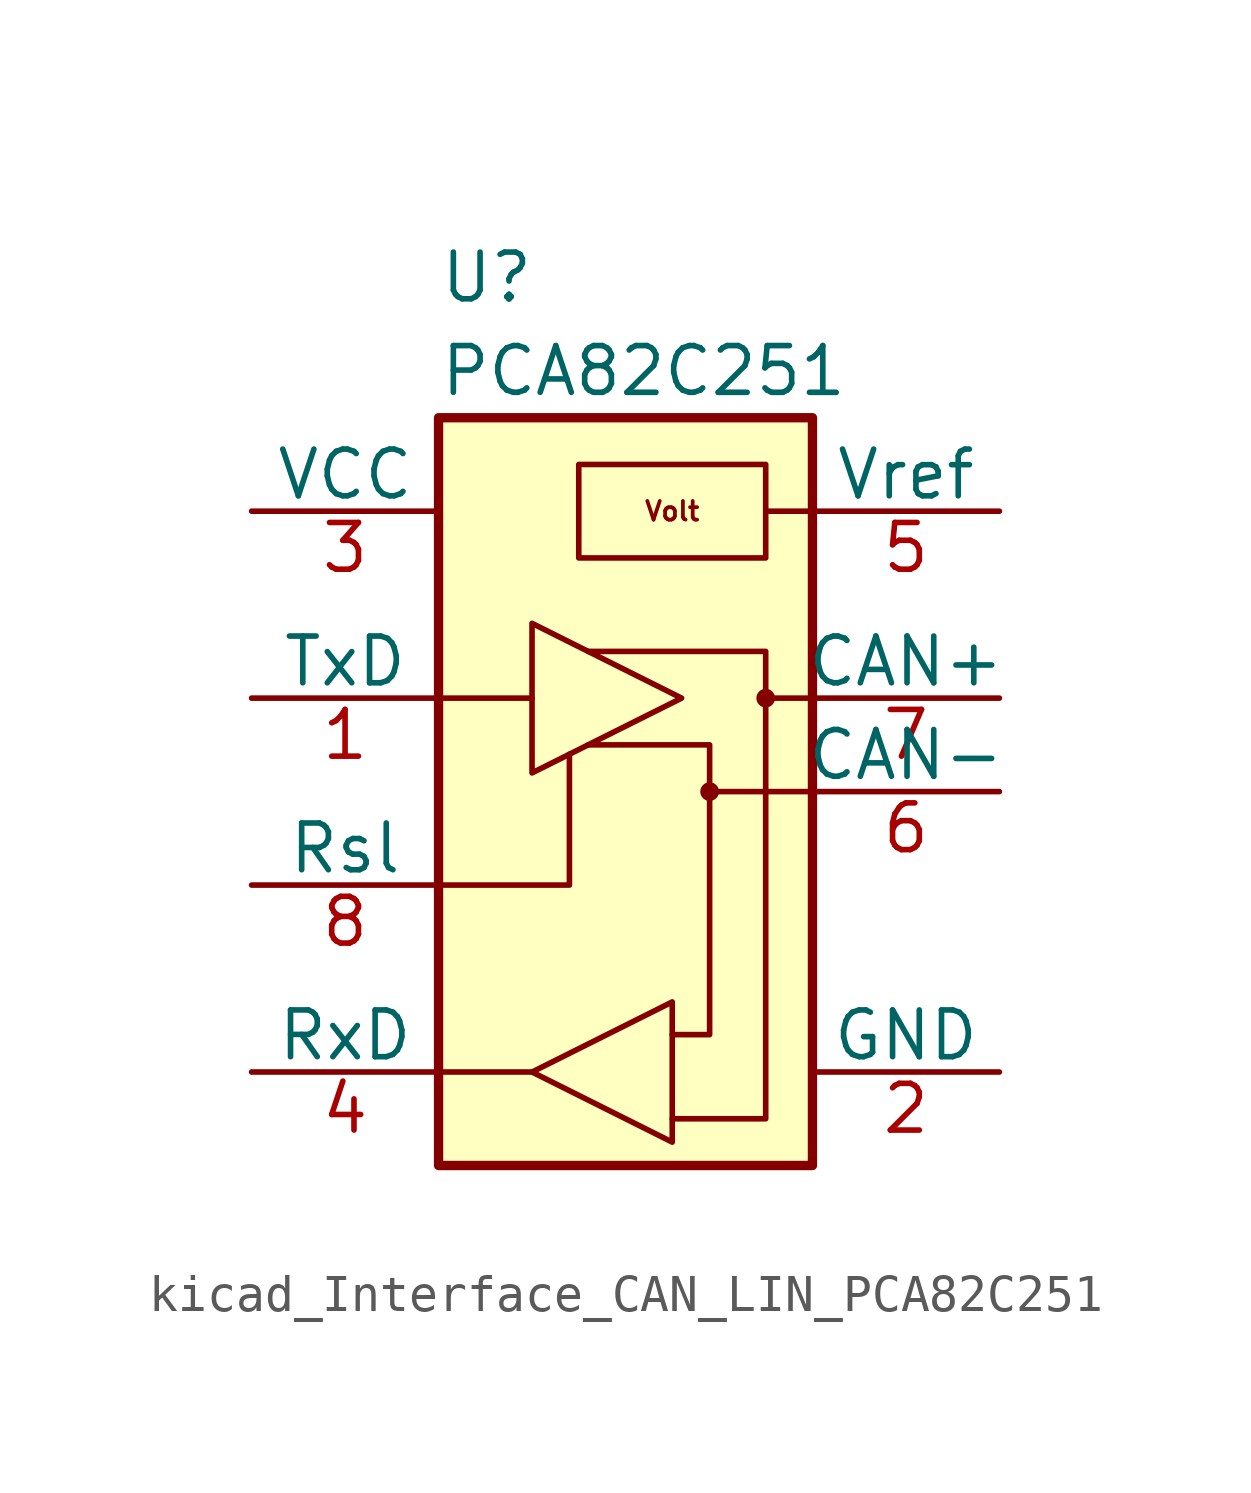
<source format=kicad_sym>
(kicad_symbol_lib
  (version 20220914)
  (generator kicad_symbol_editor)
  (symbol "kicad_Interface_CAN_LIN_PCA82C251"
    (pin_names
      (offset 0))
    (property "Reference" "U"
      (at -5.08 13.97 0)
      (effects (font (size 1.27 1.27)) (justify left)))
    (property "Value" "PCA82C251"
      (at -5.08 11.43 0)
      (effects (font (size 1.27 1.27)) (justify left)))
    (symbol "kicad_Interface_CAN_LIN_PCA82C251_0_1"
      (rectangle (start -5.08 10.16) (end 5.08 -10.16) (stroke (width 0.254) (type default)) (fill (type background)))
      (polyline (pts (xy -2.54 -7.62) (xy -5.08 -7.62)) (stroke (width 0) (type default)) (fill (type none)))
      (polyline (pts (xy -2.54 2.54) (xy -5.08 2.54)) (stroke (width 0) (type default)) (fill (type none)))
      (polyline (pts (xy 2.286 0) (xy 5.08 0)) (stroke (width 0) (type default)) (fill (type none)))
      (polyline (pts (xy 3.81 2.54) (xy 5.08 2.54)) (stroke (width 0) (type default)) (fill (type none)))
      (polyline (pts (xy 3.81 7.62) (xy 5.08 7.62)) (stroke (width 0) (type default)) (fill (type none)))
      (polyline (pts (xy -5.08 -2.54) (xy -1.524 -2.54) (xy -1.524 1.016)) (stroke (width 0) (type default)) (fill (type none)))
      (polyline (pts (xy -2.54 -7.62) (xy 1.27 -5.715) (xy 1.27 -9.525) (xy -2.54 -7.62)) (stroke (width 0) (type default)) (fill (type none)))
      (polyline (pts (xy -2.54 4.572) (xy -2.54 0.508) (xy 1.524 2.54) (xy -2.54 4.572)) (stroke (width 0) (type default)) (fill (type none)))
      (polyline (pts (xy -1.016 1.27) (xy 2.286 1.27) (xy 2.286 -6.604) (xy 1.27 -6.604)) (stroke (width 0) (type default)) (fill (type none)))
      (polyline (pts (xy -1.016 3.81) (xy 3.81 3.81) (xy 3.81 -8.89) (xy 1.27 -8.89)) (stroke (width 0) (type default)) (fill (type none)))
      (polyline (pts (xy -1.27 8.89) (xy -1.27 6.35) (xy 3.81 6.35) (xy 3.81 8.89) (xy -1.27 8.89)) (stroke (width 0) (type default)) (fill (type none)))
      (circle (center 2.286 0) (radius 0.127) (stroke (width 0.254) (type default)) (fill (type none)))
      (circle (center 3.81 2.54) (radius 0.127) (stroke (width 0.254) (type default)) (fill (type none)))
      (text "Volt" (at 1.27 7.62 0) (effects (font (size 0.508 0.508) bold))))
    (symbol "kicad_Interface_CAN_LIN_PCA82C251_1_1"
      (pin input line (at -10.16 2.54 0) (length 5.08) (name "TxD" (effects (font (size 1.27 1.27)))) (number "1" (effects (font (size 1.27 1.27)))))
      (pin power_in line (at 10.16 -7.62 180) (length 5.08) (name "GND" (effects (font (size 1.27 1.27)))) (number "2" (effects (font (size 1.27 1.27)))))
      (pin power_in line (at -10.16 7.62 0) (length 5.08) (name "VCC" (effects (font (size 1.27 1.27)))) (number "3" (effects (font (size 1.27 1.27)))))
      (pin output line (at -10.16 -7.62 0) (length 5.08) (name "RxD" (effects (font (size 1.27 1.27)))) (number "4" (effects (font (size 1.27 1.27)))))
      (pin output line (at 10.16 7.62 180) (length 5.08) (name "Vref" (effects (font (size 1.27 1.27)))) (number "5" (effects (font (size 1.27 1.27)))))
      (pin bidirectional line (at 10.16 0 180) (length 5.08) (name "CAN-" (effects (font (size 1.27 1.27)))) (number "6" (effects (font (size 1.27 1.27)))))
      (pin bidirectional line (at 10.16 2.54 180) (length 5.08) (name "CAN+" (effects (font (size 1.27 1.27)))) (number "7" (effects (font (size 1.27 1.27)))))
      (pin input line (at -10.16 -2.54 0) (length 5.08) (name "Rsl" (effects (font (size 1.27 1.27)))) (number "8" (effects (font (size 1.27 1.27))))))))
</source>
